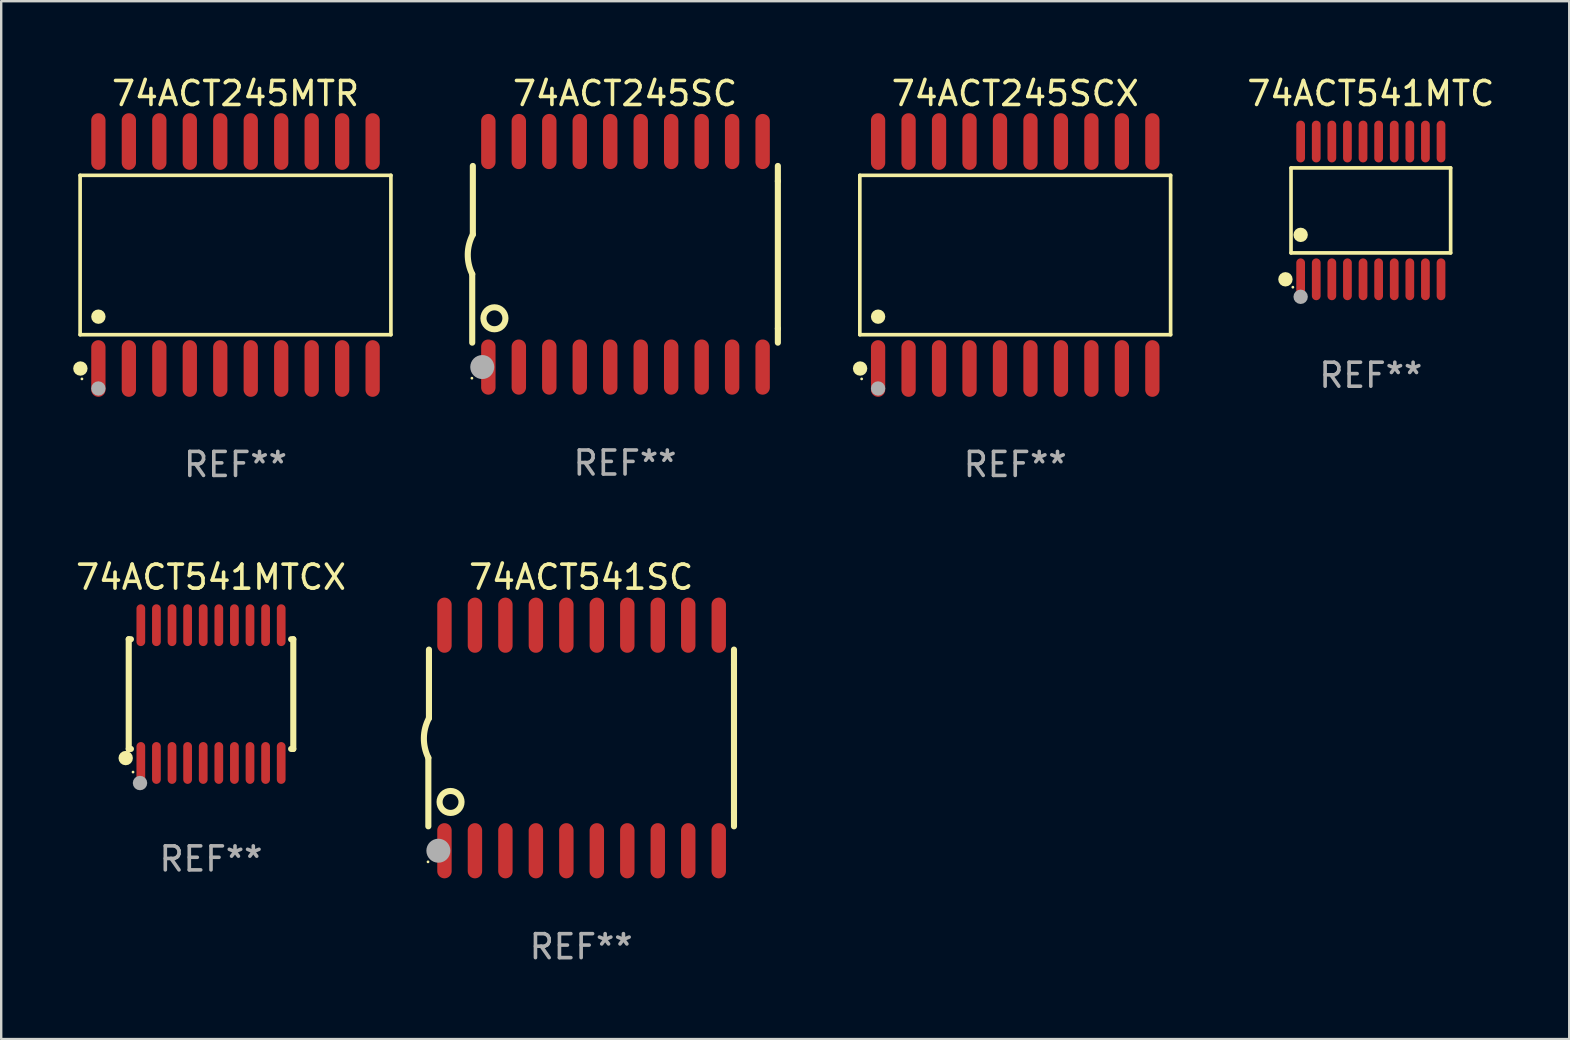
<source format=kicad_pcb>
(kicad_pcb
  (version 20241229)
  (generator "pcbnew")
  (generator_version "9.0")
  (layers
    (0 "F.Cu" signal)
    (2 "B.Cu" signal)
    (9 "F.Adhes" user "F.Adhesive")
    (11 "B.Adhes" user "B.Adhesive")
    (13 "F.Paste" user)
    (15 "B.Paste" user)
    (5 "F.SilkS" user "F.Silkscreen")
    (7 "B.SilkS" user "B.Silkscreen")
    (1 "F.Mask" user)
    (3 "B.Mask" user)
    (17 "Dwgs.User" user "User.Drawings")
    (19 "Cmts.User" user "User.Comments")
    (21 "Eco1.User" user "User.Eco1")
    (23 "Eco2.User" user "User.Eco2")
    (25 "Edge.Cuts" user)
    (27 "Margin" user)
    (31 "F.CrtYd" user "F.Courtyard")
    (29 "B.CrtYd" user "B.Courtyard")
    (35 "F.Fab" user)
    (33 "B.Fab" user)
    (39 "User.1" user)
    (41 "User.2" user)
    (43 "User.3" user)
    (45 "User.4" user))
  (footprint "74ACT541SC"
    (layer "F.Cu")
    (at 21.17 27.705)
    (property "Reference" "74ACT541SC" (at 0 -6.7 0) (layer "F.SilkS") (effects (font (size 1 1) (thickness 0.15))))
    (attr through_hole)
    (fp_line (start -6.369 0.826) (end -6.369 3.683) (stroke (width 0.254) (type solid)) (layer "F.SilkS"))
    (fp_line (start -6.343 -0.825) (end -6.343 -3.683) (stroke (width 0.254) (type solid)) (layer "F.SilkS"))
    (fp_line (start 6.369 -3.048) (end 6.369 -3.683) (stroke (width 0.254) (type solid)) (layer "F.SilkS"))
    (fp_line (start 6.369 -3.048) (end 6.369 3.096) (stroke (width 0.254) (type solid)) (layer "F.SilkS"))
    (fp_line (start 6.369 3.096) (end 6.369 3.683) (stroke (width 0.254) (type solid)) (layer "F.SilkS"))
    (fp_arc (start -6.36853 0.825552) (mid -6.554743 -0.00301) (end -6.343129 -0.825451) (stroke (width 0.254001) (type solid)) (layer "F.SilkS"))
    (fp_circle (center -6.382 5.163) (end -6.352 5.163) (stroke (width 0.06) (type solid)) (fill no) (layer "F.SilkS"))
    (fp_circle (center -5.443 2.667) (end -4.985 2.667) (stroke (width 0.254) (type solid)) (fill no) (layer "F.SilkS"))
    (fp_circle (center -5.951 4.699) (end -5.701 4.699) (stroke (width 0.5) (type solid)) (fill no) (layer "F.Fab"))
    (fp_text user "REF**" (at 0 8.7 0) (layer "F.Fab") (effects (font (size 1 1) (thickness 0.15))))
    (pad "1" smd oval (at -5.697 4.7 180) (size 0.6 2.3) (layers "F.Cu" "F.Mask" "F.Paste"))
    (pad "2" smd oval (at -4.427 4.7 180) (size 0.6 2.3) (layers "F.Cu" "F.Mask" "F.Paste"))
    (pad "3" smd oval (at -3.157 4.7 180) (size 0.6 2.3) (layers "F.Cu" "F.Mask" "F.Paste"))
    (pad "4" smd oval (at -1.887 4.7 180) (size 0.6 2.3) (layers "F.Cu" "F.Mask" "F.Paste"))
    (pad "5" smd oval (at -0.617 4.7 180) (size 0.6 2.3) (layers "F.Cu" "F.Mask" "F.Paste"))
    (pad "6" smd oval (at 0.653 4.7 180) (size 0.6 2.3) (layers "F.Cu" "F.Mask" "F.Paste"))
    (pad "7" smd oval (at 1.923 4.7 180) (size 0.6 2.3) (layers "F.Cu" "F.Mask" "F.Paste"))
    (pad "8" smd oval (at 3.193 4.7 180) (size 0.6 2.3) (layers "F.Cu" "F.Mask" "F.Paste"))
    (pad "9" smd oval (at 4.463 4.7 180) (size 0.6 2.3) (layers "F.Cu" "F.Mask" "F.Paste"))
    (pad "10" smd oval (at 5.734 4.7 180) (size 0.6 2.3) (layers "F.Cu" "F.Mask" "F.Paste"))
    (pad "11" smd oval (at 5.734 -4.7 180) (size 0.6 2.3) (layers "F.Cu" "F.Mask" "F.Paste"))
    (pad "12" smd oval (at 4.463 -4.7 180) (size 0.6 2.3) (layers "F.Cu" "F.Mask" "F.Paste"))
    (pad "13" smd oval (at 3.193 -4.7 180) (size 0.6 2.3) (layers "F.Cu" "F.Mask" "F.Paste"))
    (pad "14" smd oval (at 1.923 -4.7 180) (size 0.6 2.3) (layers "F.Cu" "F.Mask" "F.Paste"))
    (pad "15" smd oval (at 0.653 -4.7 180) (size 0.6 2.3) (layers "F.Cu" "F.Mask" "F.Paste"))
    (pad "16" smd oval (at -0.617 -4.7 180) (size 0.6 2.3) (layers "F.Cu" "F.Mask" "F.Paste"))
    (pad "17" smd oval (at -1.887 -4.7 180) (size 0.6 2.3) (layers "F.Cu" "F.Mask" "F.Paste"))
    (pad "18" smd oval (at -3.157 -4.7 180) (size 0.6 2.3) (layers "F.Cu" "F.Mask" "F.Paste"))
    (pad "19" smd oval (at -4.427 -4.7 180) (size 0.6 2.3) (layers "F.Cu" "F.Mask" "F.Paste"))
    (pad "20" smd oval (at -5.697 -4.7 180) (size 0.6 2.3) (layers "F.Cu" "F.Mask" "F.Paste")))
  (footprint "74ACT245SC"
    (layer "F.Cu")
    (at 22.999 7.548)
    (property "Reference" "74ACT245SC" (at 0 -6.7 0) (layer "F.SilkS") (effects (font (size 1 1) (thickness 0.15))))
    (attr through_hole)
    (fp_line (start -6.369 0.826) (end -6.369 3.683) (stroke (width 0.254) (type solid)) (layer "F.SilkS"))
    (fp_line (start -6.343 -0.825) (end -6.343 -3.683) (stroke (width 0.254) (type solid)) (layer "F.SilkS"))
    (fp_line (start 6.369 -3.048) (end 6.369 -3.683) (stroke (width 0.254) (type solid)) (layer "F.SilkS"))
    (fp_line (start 6.369 -3.048) (end 6.369 3.096) (stroke (width 0.254) (type solid)) (layer "F.SilkS"))
    (fp_line (start 6.369 3.096) (end 6.369 3.683) (stroke (width 0.254) (type solid)) (layer "F.SilkS"))
    (fp_arc (start -6.36853 0.825552) (mid -6.554743 -0.00301) (end -6.343129 -0.825451) (stroke (width 0.254001) (type solid)) (layer "F.SilkS"))
    (fp_circle (center -6.382 5.163) (end -6.352 5.163) (stroke (width 0.06) (type solid)) (fill no) (layer "F.SilkS"))
    (fp_circle (center -5.443 2.667) (end -4.985 2.667) (stroke (width 0.254) (type solid)) (fill no) (layer "F.SilkS"))
    (fp_circle (center -5.951 4.699) (end -5.701 4.699) (stroke (width 0.5) (type solid)) (fill no) (layer "F.Fab"))
    (fp_text user "REF**" (at 0 8.7 0) (layer "F.Fab") (effects (font (size 1 1) (thickness 0.15))))
    (pad "1" smd oval (at -5.697 4.7 180) (size 0.6 2.3) (layers "F.Cu" "F.Mask" "F.Paste"))
    (pad "2" smd oval (at -4.427 4.7 180) (size 0.6 2.3) (layers "F.Cu" "F.Mask" "F.Paste"))
    (pad "3" smd oval (at -3.157 4.7 180) (size 0.6 2.3) (layers "F.Cu" "F.Mask" "F.Paste"))
    (pad "4" smd oval (at -1.887 4.7 180) (size 0.6 2.3) (layers "F.Cu" "F.Mask" "F.Paste"))
    (pad "5" smd oval (at -0.617 4.7 180) (size 0.6 2.3) (layers "F.Cu" "F.Mask" "F.Paste"))
    (pad "6" smd oval (at 0.653 4.7 180) (size 0.6 2.3) (layers "F.Cu" "F.Mask" "F.Paste"))
    (pad "7" smd oval (at 1.923 4.7 180) (size 0.6 2.3) (layers "F.Cu" "F.Mask" "F.Paste"))
    (pad "8" smd oval (at 3.193 4.7 180) (size 0.6 2.3) (layers "F.Cu" "F.Mask" "F.Paste"))
    (pad "9" smd oval (at 4.463 4.7 180) (size 0.6 2.3) (layers "F.Cu" "F.Mask" "F.Paste"))
    (pad "10" smd oval (at 5.734 4.7 180) (size 0.6 2.3) (layers "F.Cu" "F.Mask" "F.Paste"))
    (pad "11" smd oval (at 5.734 -4.7 180) (size 0.6 2.3) (layers "F.Cu" "F.Mask" "F.Paste"))
    (pad "12" smd oval (at 4.463 -4.7 180) (size 0.6 2.3) (layers "F.Cu" "F.Mask" "F.Paste"))
    (pad "13" smd oval (at 3.193 -4.7 180) (size 0.6 2.3) (layers "F.Cu" "F.Mask" "F.Paste"))
    (pad "14" smd oval (at 1.923 -4.7 180) (size 0.6 2.3) (layers "F.Cu" "F.Mask" "F.Paste"))
    (pad "15" smd oval (at 0.653 -4.7 180) (size 0.6 2.3) (layers "F.Cu" "F.Mask" "F.Paste"))
    (pad "16" smd oval (at -0.617 -4.7 180) (size 0.6 2.3) (layers "F.Cu" "F.Mask" "F.Paste"))
    (pad "17" smd oval (at -1.887 -4.7 180) (size 0.6 2.3) (layers "F.Cu" "F.Mask" "F.Paste"))
    (pad "18" smd oval (at -3.157 -4.7 180) (size 0.6 2.3) (layers "F.Cu" "F.Mask" "F.Paste"))
    (pad "19" smd oval (at -4.427 -4.7 180) (size 0.6 2.3) (layers "F.Cu" "F.Mask" "F.Paste"))
    (pad "20" smd oval (at -5.697 -4.7 180) (size 0.6 2.3) (layers "F.Cu" "F.Mask" "F.Paste")))
  (footprint "74ACT541MTC"
    (layer "F.Cu")
    (at 54.08 5.719)
    (property "Reference" "74ACT541MTC" (at 0 -4.871 0) (layer "F.SilkS") (effects (font (size 1 1) (thickness 0.15))))
    (attr through_hole)
    (fp_line (start -3.326 -1.771) (end 3.326 -1.771) (stroke (width 0.152) (type solid)) (layer "F.SilkS"))
    (fp_line (start -3.326 1.771) (end -3.326 -1.771) (stroke (width 0.152) (type solid)) (layer "F.SilkS"))
    (fp_line (start 3.326 -1.771) (end 3.326 1.771) (stroke (width 0.152) (type solid)) (layer "F.SilkS"))
    (fp_line (start 3.326 1.771) (end -3.326 1.771) (stroke (width 0.152) (type solid)) (layer "F.SilkS"))
    (fp_circle (center -3.559 2.871) (end -3.409 2.871) (stroke (width 0.3) (type solid)) (fill no) (layer "F.SilkS"))
    (fp_circle (center -3.25 3.2) (end -3.22 3.2) (stroke (width 0.06) (type solid)) (fill no) (layer "F.SilkS"))
    (fp_circle (center -2.925 1.019) (end -2.775 1.019) (stroke (width 0.3) (type solid)) (fill no) (layer "F.SilkS"))
    (fp_circle (center -2.925 3.6) (end -2.775 3.6) (stroke (width 0.3) (type solid)) (fill no) (layer "F.Fab"))
    (fp_text user "REF**" (at 0 6.871 0) (layer "F.Fab") (effects (font (size 1 1) (thickness 0.15))))
    (pad "1" smd oval (at -2.925 2.871) (size 0.364 1.742) (layers "F.Cu" "F.Mask" "F.Paste"))
    (pad "2" smd oval (at -2.275 2.871) (size 0.364 1.742) (layers "F.Cu" "F.Mask" "F.Paste"))
    (pad "3" smd oval (at -1.625 2.871) (size 0.364 1.742) (layers "F.Cu" "F.Mask" "F.Paste"))
    (pad "4" smd oval (at -0.975 2.871) (size 0.364 1.742) (layers "F.Cu" "F.Mask" "F.Paste"))
    (pad "5" smd oval (at -0.325 2.871) (size 0.364 1.742) (layers "F.Cu" "F.Mask" "F.Paste"))
    (pad "6" smd oval (at 0.325 2.871) (size 0.364 1.742) (layers "F.Cu" "F.Mask" "F.Paste"))
    (pad "7" smd oval (at 0.975 2.871) (size 0.364 1.742) (layers "F.Cu" "F.Mask" "F.Paste"))
    (pad "8" smd oval (at 1.625 2.871) (size 0.364 1.742) (layers "F.Cu" "F.Mask" "F.Paste"))
    (pad "9" smd oval (at 2.275 2.871) (size 0.364 1.742) (layers "F.Cu" "F.Mask" "F.Paste"))
    (pad "10" smd oval (at 2.925 2.871) (size 0.364 1.742) (layers "F.Cu" "F.Mask" "F.Paste"))
    (pad "11" smd oval (at 2.925 -2.871) (size 0.364 1.742) (layers "F.Cu" "F.Mask" "F.Paste"))
    (pad "12" smd oval (at 2.275 -2.871) (size 0.364 1.742) (layers "F.Cu" "F.Mask" "F.Paste"))
    (pad "13" smd oval (at 1.625 -2.871) (size 0.364 1.742) (layers "F.Cu" "F.Mask" "F.Paste"))
    (pad "14" smd oval (at 0.975 -2.871) (size 0.364 1.742) (layers "F.Cu" "F.Mask" "F.Paste"))
    (pad "15" smd oval (at 0.325 -2.871) (size 0.364 1.742) (layers "F.Cu" "F.Mask" "F.Paste"))
    (pad "16" smd oval (at -0.325 -2.871) (size 0.364 1.742) (layers "F.Cu" "F.Mask" "F.Paste"))
    (pad "17" smd oval (at -0.975 -2.871) (size 0.364 1.742) (layers "F.Cu" "F.Mask" "F.Paste"))
    (pad "18" smd oval (at -1.625 -2.871) (size 0.364 1.742) (layers "F.Cu" "F.Mask" "F.Paste"))
    (pad "19" smd oval (at -2.275 -2.871) (size 0.364 1.742) (layers "F.Cu" "F.Mask" "F.Paste"))
    (pad "20" smd oval (at -2.925 -2.871) (size 0.364 1.742) (layers "F.Cu" "F.Mask" "F.Paste")))
  (footprint "74ACT541MTCX"
    (layer "F.Cu")
    (at 5.744 25.876)
    (property "Reference" "74ACT541MTCX" (at 0 -4.871 0) (layer "F.SilkS") (effects (font (size 1 1) (thickness 0.15))))
    (attr through_hole)
    (fp_line (start -3.429 -2.286) (end -3.429 2.286) (stroke (width 0.254) (type solid)) (layer "F.SilkS"))
    (fp_line (start -3.429 2.286) (end -3.338 2.286) (stroke (width 0.254) (type solid)) (layer "F.SilkS"))
    (fp_line (start -3.338 -2.286) (end -3.429 -2.286) (stroke (width 0.254) (type solid)) (layer "F.SilkS"))
    (fp_line (start 3.338 -2.286) (end 3.429 -2.286) (stroke (width 0.254) (type solid)) (layer "F.SilkS"))
    (fp_line (start 3.429 -2.286) (end 3.429 2.286) (stroke (width 0.254) (type solid)) (layer "F.SilkS"))
    (fp_line (start 3.429 2.286) (end 3.338 2.286) (stroke (width 0.254) (type solid)) (layer "F.SilkS"))
    (fp_circle (center -3.556 2.667) (end -3.406 2.667) (stroke (width 0.3) (type solid)) (fill no) (layer "F.SilkS"))
    (fp_circle (center -3.25 3.25) (end -3.22 3.25) (stroke (width 0.06) (type solid)) (fill no) (layer "F.SilkS"))
    (fp_circle (center -2.959 3.707) (end -2.808 3.707) (stroke (width 0.3) (type solid)) (fill no) (layer "F.Fab"))
    (fp_text user "REF**" (at 0 6.871 0) (layer "F.Fab") (effects (font (size 1 1) (thickness 0.15))))
    (pad "1" smd oval (at -2.925 2.871) (size 0.364 1.742) (layers "F.Cu" "F.Mask" "F.Paste"))
    (pad "2" smd oval (at -2.275 2.871) (size 0.364 1.742) (layers "F.Cu" "F.Mask" "F.Paste"))
    (pad "3" smd oval (at -1.625 2.871) (size 0.364 1.742) (layers "F.Cu" "F.Mask" "F.Paste"))
    (pad "4" smd oval (at -0.975 2.871) (size 0.364 1.742) (layers "F.Cu" "F.Mask" "F.Paste"))
    (pad "5" smd oval (at -0.325 2.871) (size 0.364 1.742) (layers "F.Cu" "F.Mask" "F.Paste"))
    (pad "6" smd oval (at 0.325 2.871) (size 0.364 1.742) (layers "F.Cu" "F.Mask" "F.Paste"))
    (pad "7" smd oval (at 0.975 2.871) (size 0.364 1.742) (layers "F.Cu" "F.Mask" "F.Paste"))
    (pad "8" smd oval (at 1.625 2.871) (size 0.364 1.742) (layers "F.Cu" "F.Mask" "F.Paste"))
    (pad "9" smd oval (at 2.275 2.871) (size 0.364 1.742) (layers "F.Cu" "F.Mask" "F.Paste"))
    (pad "10" smd oval (at 2.925 2.871) (size 0.364 1.742) (layers "F.Cu" "F.Mask" "F.Paste"))
    (pad "11" smd oval (at 2.925 -2.871) (size 0.364 1.742) (layers "F.Cu" "F.Mask" "F.Paste"))
    (pad "12" smd oval (at 2.275 -2.871) (size 0.364 1.742) (layers "F.Cu" "F.Mask" "F.Paste"))
    (pad "13" smd oval (at 1.625 -2.871) (size 0.364 1.742) (layers "F.Cu" "F.Mask" "F.Paste"))
    (pad "14" smd oval (at 0.975 -2.871) (size 0.364 1.742) (layers "F.Cu" "F.Mask" "F.Paste"))
    (pad "15" smd oval (at 0.325 -2.871) (size 0.364 1.742) (layers "F.Cu" "F.Mask" "F.Paste"))
    (pad "16" smd oval (at -0.325 -2.871) (size 0.364 1.742) (layers "F.Cu" "F.Mask" "F.Paste"))
    (pad "17" smd oval (at -0.975 -2.871) (size 0.364 1.742) (layers "F.Cu" "F.Mask" "F.Paste"))
    (pad "18" smd oval (at -1.625 -2.871) (size 0.364 1.742) (layers "F.Cu" "F.Mask" "F.Paste"))
    (pad "19" smd oval (at -2.275 -2.871) (size 0.364 1.742) (layers "F.Cu" "F.Mask" "F.Paste"))
    (pad "20" smd oval (at -2.925 -2.871) (size 0.364 1.742) (layers "F.Cu" "F.Mask" "F.Paste")))
  (footprint "74ACT245MTR"
    (layer "F.Cu")
    (at 6.765 7.578)
    (property "Reference" "74ACT245MTR" (at 0 -6.73 0) (layer "F.SilkS") (effects (font (size 1 1) (thickness 0.15))))
    (attr through_hole)
    (fp_line (start -6.476 -3.321) (end 6.476 -3.321) (stroke (width 0.152) (type solid)) (layer "F.SilkS"))
    (fp_line (start -6.476 3.321) (end -6.476 -3.321) (stroke (width 0.152) (type solid)) (layer "F.SilkS"))
    (fp_line (start 6.476 -3.321) (end 6.476 3.321) (stroke (width 0.152) (type solid)) (layer "F.SilkS"))
    (fp_line (start 6.476 3.321) (end -6.476 3.321) (stroke (width 0.152) (type solid)) (layer "F.SilkS"))
    (fp_circle (center -6.465 4.73) (end -6.315 4.73) (stroke (width 0.3) (type solid)) (fill no) (layer "F.SilkS"))
    (fp_circle (center -6.4 5.163) (end -6.37 5.163) (stroke (width 0.06) (type solid)) (fill no) (layer "F.SilkS"))
    (fp_circle (center -5.715 2.569) (end -5.565 2.569) (stroke (width 0.3) (type solid)) (fill no) (layer "F.SilkS"))
    (fp_circle (center -5.715 5.563) (end -5.565 5.563) (stroke (width 0.3) (type solid)) (fill no) (layer "F.Fab"))
    (fp_text user "REF**" (at 0 8.73 0) (layer "F.Fab") (effects (font (size 1 1) (thickness 0.15))))
    (pad "1" smd oval (at -5.715 4.73) (size 0.595 2.36) (layers "F.Cu" "F.Mask" "F.Paste"))
    (pad "2" smd oval (at -4.445 4.73) (size 0.595 2.36) (layers "F.Cu" "F.Mask" "F.Paste"))
    (pad "3" smd oval (at -3.175 4.73) (size 0.595 2.36) (layers "F.Cu" "F.Mask" "F.Paste"))
    (pad "4" smd oval (at -1.905 4.73) (size 0.595 2.36) (layers "F.Cu" "F.Mask" "F.Paste"))
    (pad "5" smd oval (at -0.635 4.73) (size 0.595 2.36) (layers "F.Cu" "F.Mask" "F.Paste"))
    (pad "6" smd oval (at 0.635 4.73) (size 0.595 2.36) (layers "F.Cu" "F.Mask" "F.Paste"))
    (pad "7" smd oval (at 1.905 4.73) (size 0.595 2.36) (layers "F.Cu" "F.Mask" "F.Paste"))
    (pad "8" smd oval (at 3.175 4.73) (size 0.595 2.36) (layers "F.Cu" "F.Mask" "F.Paste"))
    (pad "9" smd oval (at 4.445 4.73) (size 0.595 2.36) (layers "F.Cu" "F.Mask" "F.Paste"))
    (pad "10" smd oval (at 5.715 4.73) (size 0.595 2.36) (layers "F.Cu" "F.Mask" "F.Paste"))
    (pad "11" smd oval (at 5.715 -4.73) (size 0.595 2.36) (layers "F.Cu" "F.Mask" "F.Paste"))
    (pad "12" smd oval (at 4.445 -4.73) (size 0.595 2.36) (layers "F.Cu" "F.Mask" "F.Paste"))
    (pad "13" smd oval (at 3.175 -4.73) (size 0.595 2.36) (layers "F.Cu" "F.Mask" "F.Paste"))
    (pad "14" smd oval (at 1.905 -4.73) (size 0.595 2.36) (layers "F.Cu" "F.Mask" "F.Paste"))
    (pad "15" smd oval (at 0.635 -4.73) (size 0.595 2.36) (layers "F.Cu" "F.Mask" "F.Paste"))
    (pad "16" smd oval (at -0.635 -4.73) (size 0.595 2.36) (layers "F.Cu" "F.Mask" "F.Paste"))
    (pad "17" smd oval (at -1.905 -4.73) (size 0.595 2.36) (layers "F.Cu" "F.Mask" "F.Paste"))
    (pad "18" smd oval (at -3.175 -4.73) (size 0.595 2.36) (layers "F.Cu" "F.Mask" "F.Paste"))
    (pad "19" smd oval (at -4.445 -4.73) (size 0.595 2.36) (layers "F.Cu" "F.Mask" "F.Paste"))
    (pad "20" smd oval (at -5.715 -4.73) (size 0.595 2.36) (layers "F.Cu" "F.Mask" "F.Paste")))
  (footprint "74ACT245SCX"
    (layer "F.Cu")
    (at 39.26 7.578)
    (property "Reference" "74ACT245SCX" (at 0 -6.73 0) (layer "F.SilkS") (effects (font (size 1 1) (thickness 0.15))))
    (attr through_hole)
    (fp_line (start -6.476 -3.321) (end 6.476 -3.321) (stroke (width 0.152) (type solid)) (layer "F.SilkS"))
    (fp_line (start -6.476 3.321) (end -6.476 -3.321) (stroke (width 0.152) (type solid)) (layer "F.SilkS"))
    (fp_line (start 6.476 -3.321) (end 6.476 3.321) (stroke (width 0.152) (type solid)) (layer "F.SilkS"))
    (fp_line (start 6.476 3.321) (end -6.476 3.321) (stroke (width 0.152) (type solid)) (layer "F.SilkS"))
    (fp_circle (center -6.465 4.73) (end -6.315 4.73) (stroke (width 0.3) (type solid)) (fill no) (layer "F.SilkS"))
    (fp_circle (center -6.4 5.163) (end -6.37 5.163) (stroke (width 0.06) (type solid)) (fill no) (layer "F.SilkS"))
    (fp_circle (center -5.715 2.569) (end -5.565 2.569) (stroke (width 0.3) (type solid)) (fill no) (layer "F.SilkS"))
    (fp_circle (center -5.715 5.563) (end -5.565 5.563) (stroke (width 0.3) (type solid)) (fill no) (layer "F.Fab"))
    (fp_text user "REF**" (at 0 8.73 0) (layer "F.Fab") (effects (font (size 1 1) (thickness 0.15))))
    (pad "1" smd oval (at -5.715 4.73) (size 0.595 2.36) (layers "F.Cu" "F.Mask" "F.Paste"))
    (pad "2" smd oval (at -4.445 4.73) (size 0.595 2.36) (layers "F.Cu" "F.Mask" "F.Paste"))
    (pad "3" smd oval (at -3.175 4.73) (size 0.595 2.36) (layers "F.Cu" "F.Mask" "F.Paste"))
    (pad "4" smd oval (at -1.905 4.73) (size 0.595 2.36) (layers "F.Cu" "F.Mask" "F.Paste"))
    (pad "5" smd oval (at -0.635 4.73) (size 0.595 2.36) (layers "F.Cu" "F.Mask" "F.Paste"))
    (pad "6" smd oval (at 0.635 4.73) (size 0.595 2.36) (layers "F.Cu" "F.Mask" "F.Paste"))
    (pad "7" smd oval (at 1.905 4.73) (size 0.595 2.36) (layers "F.Cu" "F.Mask" "F.Paste"))
    (pad "8" smd oval (at 3.175 4.73) (size 0.595 2.36) (layers "F.Cu" "F.Mask" "F.Paste"))
    (pad "9" smd oval (at 4.445 4.73) (size 0.595 2.36) (layers "F.Cu" "F.Mask" "F.Paste"))
    (pad "10" smd oval (at 5.715 4.73) (size 0.595 2.36) (layers "F.Cu" "F.Mask" "F.Paste"))
    (pad "11" smd oval (at 5.715 -4.73) (size 0.595 2.36) (layers "F.Cu" "F.Mask" "F.Paste"))
    (pad "12" smd oval (at 4.445 -4.73) (size 0.595 2.36) (layers "F.Cu" "F.Mask" "F.Paste"))
    (pad "13" smd oval (at 3.175 -4.73) (size 0.595 2.36) (layers "F.Cu" "F.Mask" "F.Paste"))
    (pad "14" smd oval (at 1.905 -4.73) (size 0.595 2.36) (layers "F.Cu" "F.Mask" "F.Paste"))
    (pad "15" smd oval (at 0.635 -4.73) (size 0.595 2.36) (layers "F.Cu" "F.Mask" "F.Paste"))
    (pad "16" smd oval (at -0.635 -4.73) (size 0.595 2.36) (layers "F.Cu" "F.Mask" "F.Paste"))
    (pad "17" smd oval (at -1.905 -4.73) (size 0.595 2.36) (layers "F.Cu" "F.Mask" "F.Paste"))
    (pad "18" smd oval (at -3.175 -4.73) (size 0.595 2.36) (layers "F.Cu" "F.Mask" "F.Paste"))
    (pad "19" smd oval (at -4.445 -4.73) (size 0.595 2.36) (layers "F.Cu" "F.Mask" "F.Paste"))
    (pad "20" smd oval (at -5.715 -4.73) (size 0.595 2.36) (layers "F.Cu" "F.Mask" "F.Paste")))
  (gr_rect
    (start -3 -3)
    (end 62.348 40.253)
    (stroke (width 0.1) (type default))
    (fill no)
    (layer "Edge.Cuts")))
</source>
